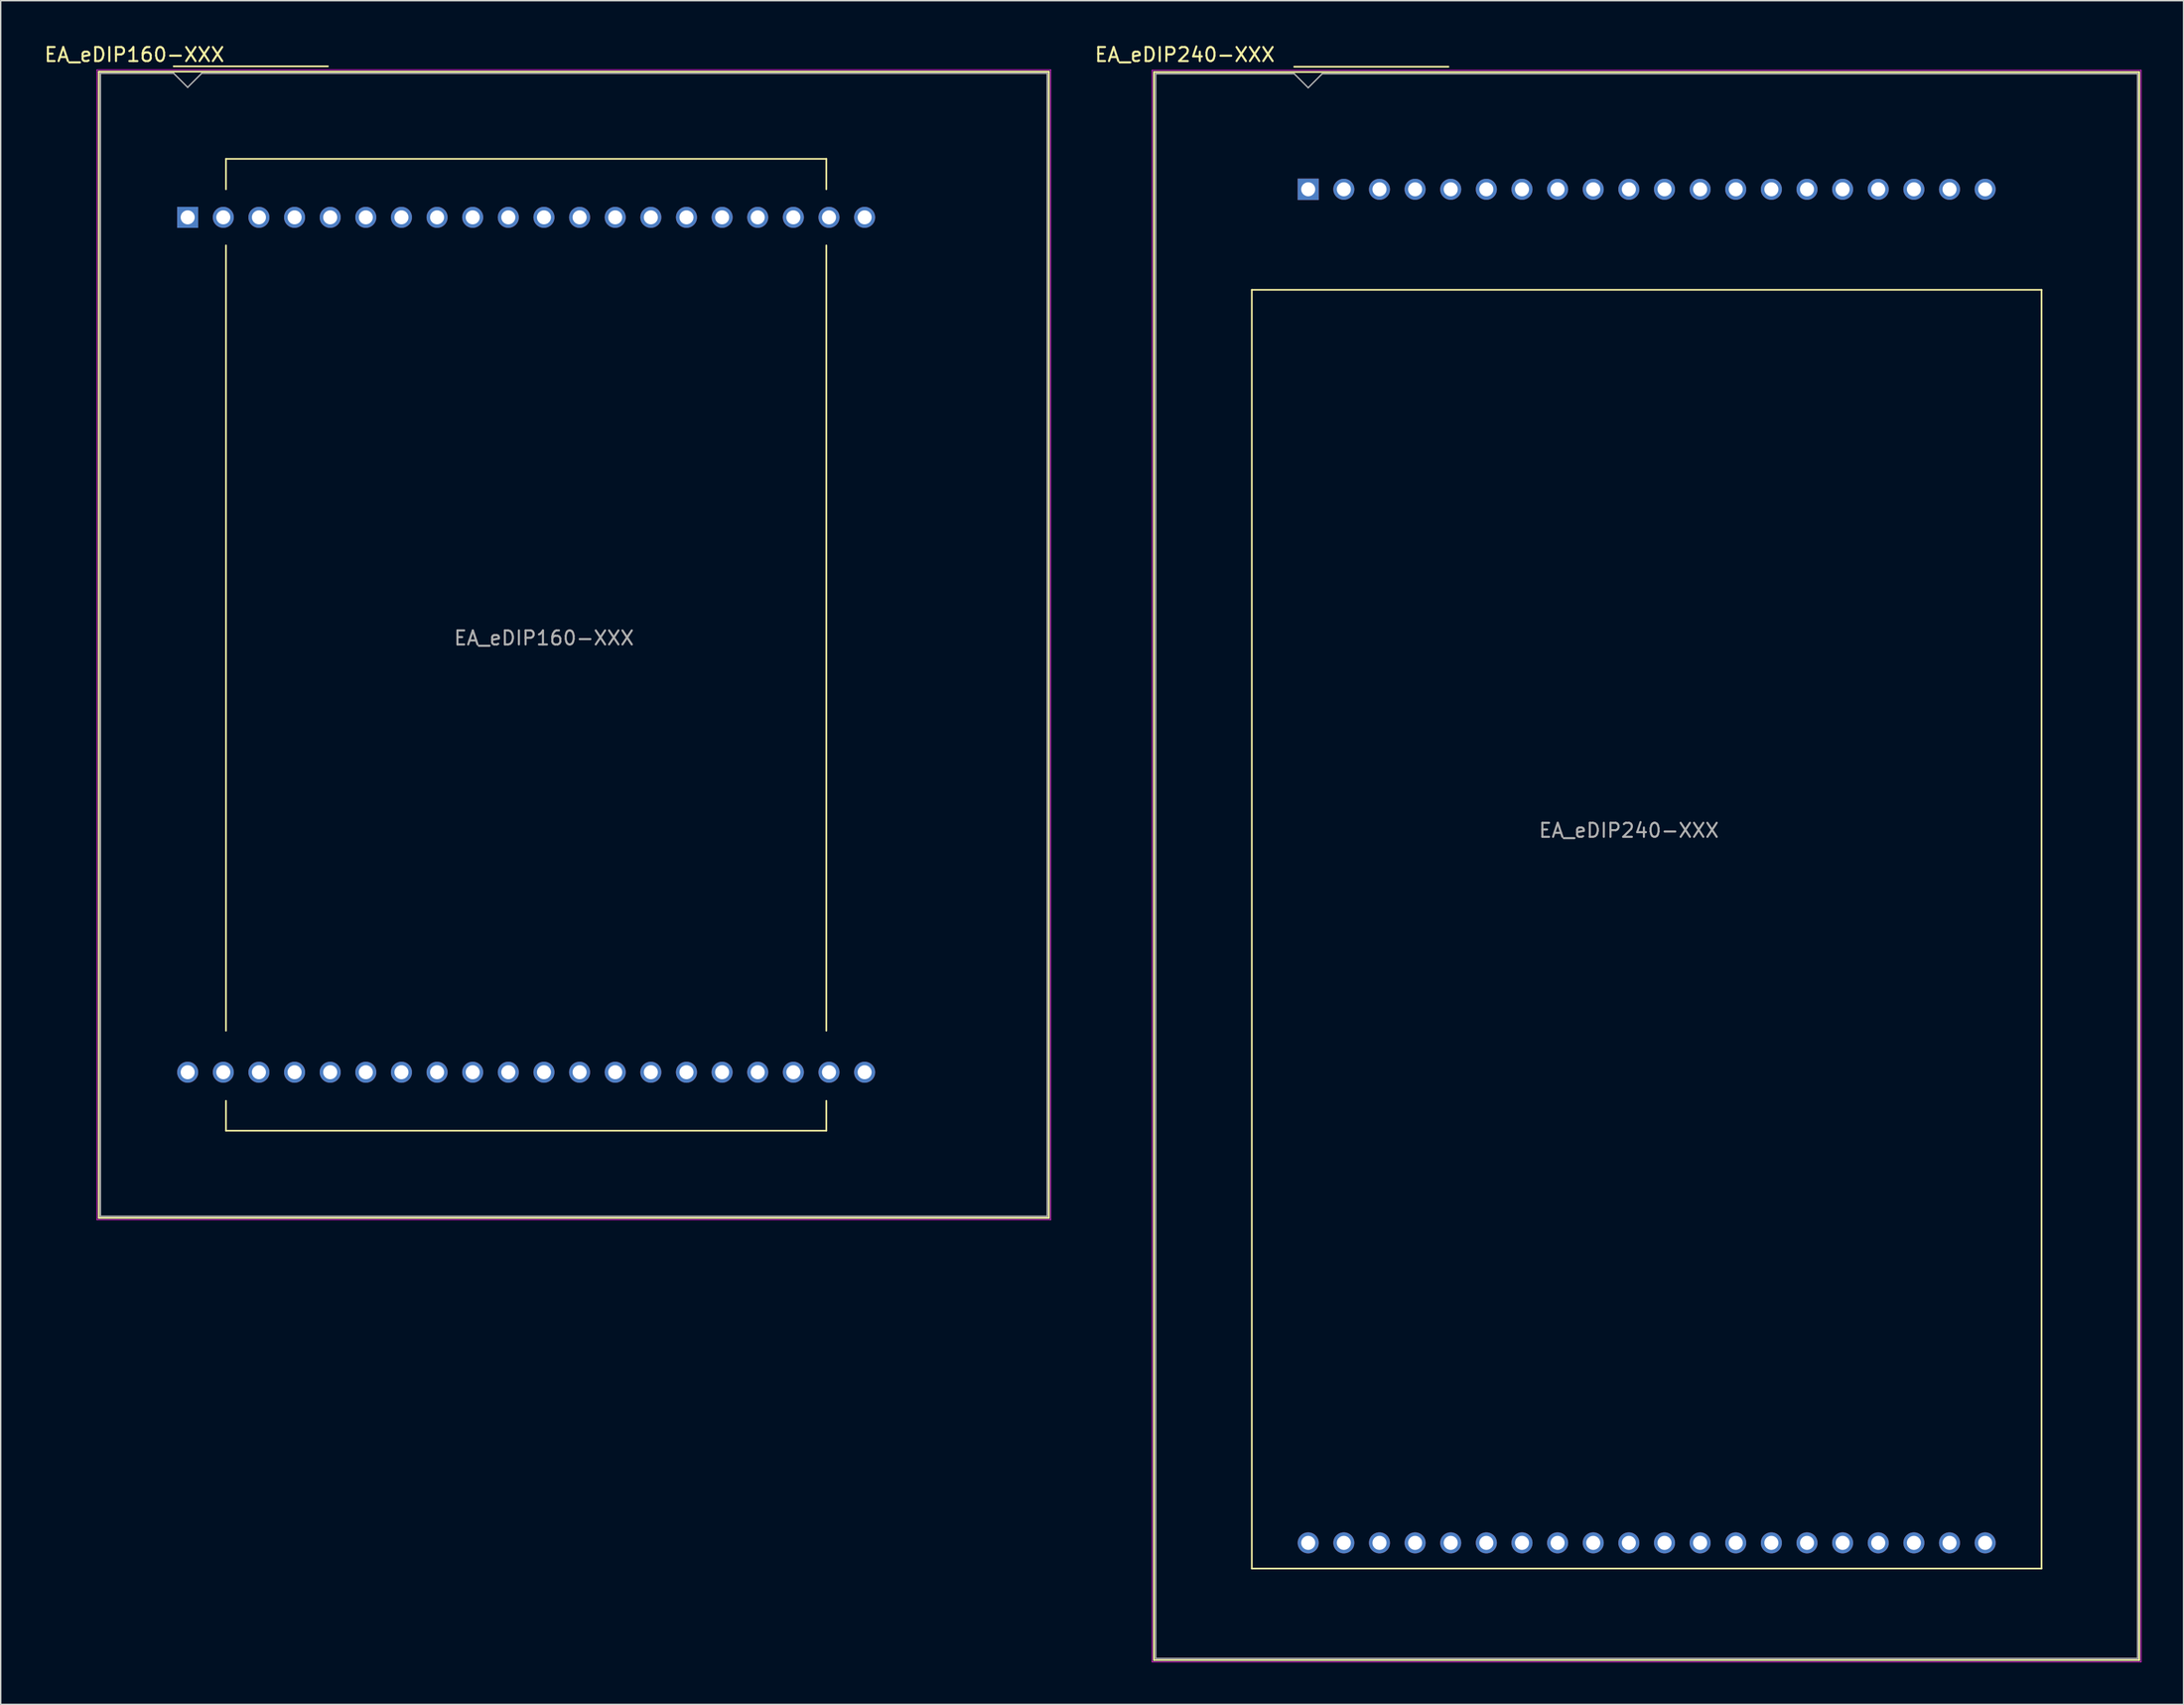
<source format=kicad_pcb>
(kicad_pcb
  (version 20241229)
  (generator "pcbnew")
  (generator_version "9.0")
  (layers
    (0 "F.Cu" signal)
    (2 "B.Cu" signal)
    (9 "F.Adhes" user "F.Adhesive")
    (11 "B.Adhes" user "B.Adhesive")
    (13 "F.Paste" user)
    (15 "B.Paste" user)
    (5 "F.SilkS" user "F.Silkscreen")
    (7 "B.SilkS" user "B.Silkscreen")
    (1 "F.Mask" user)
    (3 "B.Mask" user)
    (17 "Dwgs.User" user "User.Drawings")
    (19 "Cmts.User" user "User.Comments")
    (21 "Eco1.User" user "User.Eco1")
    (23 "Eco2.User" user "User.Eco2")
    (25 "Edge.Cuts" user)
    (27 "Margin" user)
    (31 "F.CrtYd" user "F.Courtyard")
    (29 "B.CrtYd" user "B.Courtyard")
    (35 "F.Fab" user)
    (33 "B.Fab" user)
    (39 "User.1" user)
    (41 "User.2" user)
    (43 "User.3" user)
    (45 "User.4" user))
  (footprint "EA_eDIP240-XXX"
    (layer "F.Cu")
    (at 90.215 10.448)
    (property "Reference" "EA_eDIP240-XXX" (at -8.8 -9.6 0) (layer "F.SilkS") (effects (font (size 1 1) (thickness 0.15))))
    (attr through_hole)
    (fp_line (start -11 -8.36) (end 59.25 -8.36) (stroke (width 0.12) (type solid)) (layer "F.SilkS"))
    (fp_line (start -11 104.88) (end -11 -8.36) (stroke (width 0.12) (type solid)) (layer "F.SilkS"))
    (fp_line (start -4.02 7.17) (end 52.28 7.17) (stroke (width 0.12) (type solid)) (layer "F.SilkS"))
    (fp_line (start -4.02 98.35) (end -4.02 7.17) (stroke (width 0.12) (type solid)) (layer "F.SilkS"))
    (fp_line (start -1 -8.74) (end 10 -8.74) (stroke (width 0.12) (type solid)) (layer "F.SilkS"))
    (fp_line (start 52.28 7.17) (end 52.28 98.35) (stroke (width 0.12) (type solid)) (layer "F.SilkS"))
    (fp_line (start 52.28 98.35) (end -4.02 98.35) (stroke (width 0.12) (type solid)) (layer "F.SilkS"))
    (fp_line (start 59.25 -8.36) (end 59.25 104.88) (stroke (width 0.12) (type solid)) (layer "F.SilkS"))
    (fp_line (start 59.25 104.88) (end -11 104.88) (stroke (width 0.12) (type solid)) (layer "F.SilkS"))
    (fp_line (start -11.13 -8.49) (end 59.38 -8.49) (stroke (width 0.05) (type solid)) (layer "F.CrtYd"))
    (fp_line (start -11.13 105.01) (end -11.13 -8.49) (stroke (width 0.05) (type solid)) (layer "F.CrtYd"))
    (fp_line (start 59.38 -8.49) (end 59.38 105.01) (stroke (width 0.05) (type solid)) (layer "F.CrtYd"))
    (fp_line (start 59.38 105.01) (end -11.13 105.01) (stroke (width 0.05) (type solid)) (layer "F.CrtYd"))
    (fp_line (start -10.87 104.76) (end -10.87 -8.24) (stroke (width 0.1) (type solid)) (layer "F.Fab"))
    (fp_line (start -1 -8.24) (end -10.87 -8.24) (stroke (width 0.1) (type solid)) (layer "F.Fab"))
    (fp_line (start 0 -7.24) (end -1 -8.24) (stroke (width 0.1) (type solid)) (layer "F.Fab"))
    (fp_line (start 1 -8.24) (end 0 -7.24) (stroke (width 0.1) (type solid)) (layer "F.Fab"))
    (fp_line (start 1 -8.24) (end 59.13 -8.24) (stroke (width 0.1) (type solid)) (layer "F.Fab"))
    (fp_line (start 59.13 -8.24) (end 59.13 104.76) (stroke (width 0.1) (type solid)) (layer "F.Fab"))
    (fp_line (start 59.13 104.76) (end -10.87 104.76) (stroke (width 0.1) (type solid)) (layer "F.Fab"))
    (fp_text user "${REFERENCE}" (at 22.86 45.72 0) (layer "F.Fab") (effects (font (size 1 1) (thickness 0.15))))
    (pad "1" thru_hole rect (at 0 0 180) (size 1.5 1.524) (drill 1) (layers "*.Cu" "*.Mask"))
    (pad "2" thru_hole circle (at 2.54 0 180) (size 1.5 1.5) (drill 1) (layers "*.Cu" "*.Mask"))
    (pad "3" thru_hole circle (at 5.08 0 180) (size 1.5 1.5) (drill 1) (layers "*.Cu" "*.Mask"))
    (pad "4" thru_hole circle (at 7.62 0 180) (size 1.5 1.5) (drill 1) (layers "*.Cu" "*.Mask"))
    (pad "5" thru_hole circle (at 10.16 0 180) (size 1.5 1.5) (drill 1) (layers "*.Cu" "*.Mask"))
    (pad "6" thru_hole circle (at 12.7 0 180) (size 1.5 1.5) (drill 1) (layers "*.Cu" "*.Mask"))
    (pad "7" thru_hole circle (at 15.24 0 180) (size 1.5 1.5) (drill 1) (layers "*.Cu" "*.Mask"))
    (pad "8" thru_hole circle (at 17.78 0 180) (size 1.5 1.5) (drill 1) (layers "*.Cu" "*.Mask"))
    (pad "9" thru_hole circle (at 20.32 0 180) (size 1.5 1.5) (drill 1) (layers "*.Cu" "*.Mask"))
    (pad "10" thru_hole circle (at 22.86 0 180) (size 1.5 1.5) (drill 1) (layers "*.Cu" "*.Mask"))
    (pad "11" thru_hole circle (at 25.4 0 180) (size 1.5 1.5) (drill 1) (layers "*.Cu" "*.Mask"))
    (pad "12" thru_hole circle (at 27.94 0 180) (size 1.5 1.5) (drill 1) (layers "*.Cu" "*.Mask"))
    (pad "13" thru_hole circle (at 30.48 0 180) (size 1.5 1.5) (drill 1) (layers "*.Cu" "*.Mask"))
    (pad "14" thru_hole circle (at 33.02 0 180) (size 1.5 1.5) (drill 1) (layers "*.Cu" "*.Mask"))
    (pad "15" thru_hole circle (at 35.56 0 180) (size 1.5 1.5) (drill 1) (layers "*.Cu" "*.Mask"))
    (pad "16" thru_hole circle (at 38.1 0 180) (size 1.5 1.5) (drill 1) (layers "*.Cu" "*.Mask"))
    (pad "17" thru_hole circle (at 40.64 0 180) (size 1.5 1.5) (drill 1) (layers "*.Cu" "*.Mask"))
    (pad "18" thru_hole circle (at 43.18 0 180) (size 1.5 1.5) (drill 1) (layers "*.Cu" "*.Mask"))
    (pad "19" thru_hole circle (at 45.72 0 180) (size 1.5 1.5) (drill 1) (layers "*.Cu" "*.Mask"))
    (pad "20" thru_hole circle (at 48.26 0 180) (size 1.5 1.5) (drill 1) (layers "*.Cu" "*.Mask"))
    (pad "21" thru_hole circle (at 48.26 96.52 180) (size 1.5 1.5) (drill 1) (layers "*.Cu" "*.Mask"))
    (pad "22" thru_hole circle (at 45.72 96.52 180) (size 1.5 1.5) (drill 1) (layers "*.Cu" "*.Mask"))
    (pad "23" thru_hole circle (at 43.18 96.52 180) (size 1.5 1.5) (drill 1) (layers "*.Cu" "*.Mask"))
    (pad "24" thru_hole circle (at 40.64 96.52 180) (size 1.5 1.5) (drill 1) (layers "*.Cu" "*.Mask"))
    (pad "25" thru_hole circle (at 38.1 96.52 180) (size 1.5 1.5) (drill 1) (layers "*.Cu" "*.Mask"))
    (pad "26" thru_hole circle (at 35.56 96.52 180) (size 1.5 1.5) (drill 1) (layers "*.Cu" "*.Mask"))
    (pad "27" thru_hole circle (at 33.02 96.52 180) (size 1.5 1.5) (drill 1) (layers "*.Cu" "*.Mask"))
    (pad "28" thru_hole circle (at 30.48 96.52 180) (size 1.5 1.5) (drill 1) (layers "*.Cu" "*.Mask"))
    (pad "29" thru_hole circle (at 27.94 96.52 180) (size 1.5 1.5) (drill 1) (layers "*.Cu" "*.Mask"))
    (pad "30" thru_hole circle (at 25.4 96.52 180) (size 1.5 1.5) (drill 1) (layers "*.Cu" "*.Mask"))
    (pad "31" thru_hole circle (at 22.86 96.52 180) (size 1.5 1.5) (drill 1) (layers "*.Cu" "*.Mask"))
    (pad "32" thru_hole circle (at 20.32 96.52 180) (size 1.5 1.5) (drill 1) (layers "*.Cu" "*.Mask"))
    (pad "33" thru_hole circle (at 17.78 96.52 180) (size 1.5 1.5) (drill 1) (layers "*.Cu" "*.Mask"))
    (pad "34" thru_hole circle (at 15.24 96.52 180) (size 1.5 1.5) (drill 1) (layers "*.Cu" "*.Mask"))
    (pad "35" thru_hole circle (at 12.7 96.52 180) (size 1.5 1.5) (drill 1) (layers "*.Cu" "*.Mask"))
    (pad "36" thru_hole circle (at 10.16 96.52 180) (size 1.5 1.5) (drill 1) (layers "*.Cu" "*.Mask"))
    (pad "37" thru_hole circle (at 7.62 96.52 180) (size 1.5 1.5) (drill 1) (layers "*.Cu" "*.Mask"))
    (pad "38" thru_hole circle (at 5.08 96.52 180) (size 1.5 1.5) (drill 1) (layers "*.Cu" "*.Mask"))
    (pad "39" thru_hole circle (at 2.54 96.52 180) (size 1.5 1.5) (drill 1) (layers "*.Cu" "*.Mask"))
    (pad "40" thru_hole circle (at 0 96.52 180) (size 1.5 1.5) (drill 1) (layers "*.Cu" "*.Mask")))
  (footprint "EA_eDIP160-XXX"
    (layer "F.Cu")
    (at 10.33 12.448)
    (property "Reference" "EA_eDIP160-XXX" (at -3.8 -11.6 0) (layer "F.SilkS") (effects (font (size 1 1) (thickness 0.15))))
    (attr through_hole)
    (fp_line (start -6.34 -10.39) (end 61.4 -10.39) (stroke (width 0.12) (type solid)) (layer "F.SilkS"))
    (fp_line (start -6.34 71.35) (end -6.34 -10.39) (stroke (width 0.12) (type solid)) (layer "F.SilkS"))
    (fp_line (start -1 -10.77) (end 10 -10.77) (stroke (width 0.12) (type solid)) (layer "F.SilkS"))
    (fp_line (start 2.73 -4.17) (end 2.73 -2) (stroke (width 0.12) (type solid)) (layer "F.SilkS"))
    (fp_line (start 2.73 -4.17) (end 45.53 -4.17) (stroke (width 0.12) (type solid)) (layer "F.SilkS"))
    (fp_line (start 2.73 2) (end 2.73 58) (stroke (width 0.12) (type solid)) (layer "F.SilkS"))
    (fp_line (start 2.73 63) (end 2.73 65.13) (stroke (width 0.12) (type solid)) (layer "F.SilkS"))
    (fp_line (start 45.53 -4.175) (end 45.53 -2) (stroke (width 0.12) (type solid)) (layer "F.SilkS"))
    (fp_line (start 45.53 2) (end 45.53 58) (stroke (width 0.12) (type solid)) (layer "F.SilkS"))
    (fp_line (start 45.53 63) (end 45.53 65.13) (stroke (width 0.12) (type solid)) (layer "F.SilkS"))
    (fp_line (start 45.53 65.13) (end 2.73 65.13) (stroke (width 0.12) (type solid)) (layer "F.SilkS"))
    (fp_line (start 61.4 -10.39) (end 61.4 71.35) (stroke (width 0.12) (type solid)) (layer "F.SilkS"))
    (fp_line (start 61.4 71.35) (end -6.34 71.35) (stroke (width 0.12) (type solid)) (layer "F.SilkS"))
    (fp_line (start -6.47 -10.52) (end 61.53 -10.52) (stroke (width 0.05) (type solid)) (layer "F.CrtYd"))
    (fp_line (start -6.47 71.48) (end -6.47 -10.52) (stroke (width 0.05) (type solid)) (layer "F.CrtYd"))
    (fp_line (start 61.53 -10.52) (end 61.53 71.48) (stroke (width 0.05) (type solid)) (layer "F.CrtYd"))
    (fp_line (start 61.53 71.48) (end -6.47 71.48) (stroke (width 0.05) (type solid)) (layer "F.CrtYd"))
    (fp_line (start -6.22 71.23) (end -6.22 -10.27) (stroke (width 0.1) (type solid)) (layer "F.Fab"))
    (fp_line (start -1 -10.27) (end -6.22 -10.27) (stroke (width 0.1) (type solid)) (layer "F.Fab"))
    (fp_line (start -1 -10.27) (end 0 -9.27) (stroke (width 0.1) (type solid)) (layer "F.Fab"))
    (fp_line (start 0 -9.27) (end 1 -10.27) (stroke (width 0.1) (type solid)) (layer "F.Fab"))
    (fp_line (start 1 -10.27) (end 61.28 -10.27) (stroke (width 0.1) (type solid)) (layer "F.Fab"))
    (fp_line (start 61.28 -10.27) (end 61.28 71.23) (stroke (width 0.1) (type solid)) (layer "F.Fab"))
    (fp_line (start 61.28 71.23) (end -6.22 71.23) (stroke (width 0.1) (type solid)) (layer "F.Fab"))
    (fp_text user "${REFERENCE}" (at 25.4 30 0) (layer "F.Fab") (effects (font (size 1 1) (thickness 0.15))))
    (pad "1" thru_hole rect (at 0 0) (size 1.5 1.5) (drill 1) (layers "*.Cu" "*.Mask"))
    (pad "2" thru_hole circle (at 2.54 0) (size 1.5 1.5) (drill 1) (layers "*.Cu" "*.Mask"))
    (pad "3" thru_hole circle (at 5.08 0) (size 1.5 1.5) (drill 1) (layers "*.Cu" "*.Mask"))
    (pad "4" thru_hole circle (at 7.62 0) (size 1.5 1.5) (drill 1) (layers "*.Cu" "*.Mask"))
    (pad "5" thru_hole circle (at 10.16 0) (size 1.5 1.5) (drill 1) (layers "*.Cu" "*.Mask"))
    (pad "6" thru_hole circle (at 12.7 0) (size 1.5 1.5) (drill 1) (layers "*.Cu" "*.Mask"))
    (pad "7" thru_hole circle (at 15.24 0) (size 1.5 1.5) (drill 1) (layers "*.Cu" "*.Mask"))
    (pad "8" thru_hole circle (at 17.78 0) (size 1.5 1.5) (drill 1) (layers "*.Cu" "*.Mask"))
    (pad "9" thru_hole circle (at 20.32 0) (size 1.5 1.5) (drill 1) (layers "*.Cu" "*.Mask"))
    (pad "10" thru_hole circle (at 22.86 0) (size 1.5 1.5) (drill 1) (layers "*.Cu" "*.Mask"))
    (pad "11" thru_hole circle (at 25.4 0) (size 1.5 1.5) (drill 1) (layers "*.Cu" "*.Mask"))
    (pad "12" thru_hole circle (at 27.94 0) (size 1.5 1.5) (drill 1) (layers "*.Cu" "*.Mask"))
    (pad "13" thru_hole circle (at 30.48 0) (size 1.5 1.5) (drill 1) (layers "*.Cu" "*.Mask"))
    (pad "14" thru_hole circle (at 33.02 0) (size 1.5 1.5) (drill 1) (layers "*.Cu" "*.Mask"))
    (pad "15" thru_hole circle (at 35.56 0) (size 1.5 1.5) (drill 1) (layers "*.Cu" "*.Mask"))
    (pad "16" thru_hole circle (at 38.1 0) (size 1.5 1.5) (drill 1) (layers "*.Cu" "*.Mask"))
    (pad "17" thru_hole circle (at 40.64 0) (size 1.5 1.5) (drill 1) (layers "*.Cu" "*.Mask"))
    (pad "18" thru_hole circle (at 43.18 0) (size 1.5 1.5) (drill 1) (layers "*.Cu" "*.Mask"))
    (pad "19" thru_hole circle (at 45.72 0) (size 1.5 1.5) (drill 1) (layers "*.Cu" "*.Mask"))
    (pad "20" thru_hole circle (at 48.26 0) (size 1.5 1.5) (drill 1) (layers "*.Cu" "*.Mask"))
    (pad "21" thru_hole circle (at 48.26 60.96) (size 1.5 1.5) (drill 1) (layers "*.Cu" "*.Mask"))
    (pad "22" thru_hole circle (at 45.72 60.96) (size 1.5 1.5) (drill 1) (layers "*.Cu" "*.Mask"))
    (pad "23" thru_hole circle (at 43.18 60.96) (size 1.5 1.5) (drill 1) (layers "*.Cu" "*.Mask"))
    (pad "24" thru_hole circle (at 40.64 60.96) (size 1.5 1.5) (drill 1) (layers "*.Cu" "*.Mask"))
    (pad "25" thru_hole circle (at 38.1 60.96) (size 1.5 1.5) (drill 1) (layers "*.Cu" "*.Mask"))
    (pad "26" thru_hole circle (at 35.56 60.96) (size 1.5 1.5) (drill 1) (layers "*.Cu" "*.Mask"))
    (pad "27" thru_hole circle (at 33.02 60.96) (size 1.5 1.5) (drill 1) (layers "*.Cu" "*.Mask"))
    (pad "28" thru_hole circle (at 30.48 60.96) (size 1.5 1.5) (drill 1) (layers "*.Cu" "*.Mask"))
    (pad "29" thru_hole circle (at 27.94 60.96) (size 1.5 1.5) (drill 1) (layers "*.Cu" "*.Mask"))
    (pad "30" thru_hole circle (at 25.4 60.96) (size 1.5 1.5) (drill 1) (layers "*.Cu" "*.Mask"))
    (pad "31" thru_hole circle (at 22.86 60.96) (size 1.5 1.5) (drill 1) (layers "*.Cu" "*.Mask"))
    (pad "32" thru_hole circle (at 20.32 60.96) (size 1.5 1.5) (drill 1) (layers "*.Cu" "*.Mask"))
    (pad "33" thru_hole circle (at 17.78 60.96) (size 1.5 1.5) (drill 1) (layers "*.Cu" "*.Mask"))
    (pad "34" thru_hole circle (at 15.24 60.96) (size 1.5 1.5) (drill 1) (layers "*.Cu" "*.Mask"))
    (pad "35" thru_hole circle (at 12.7 60.96) (size 1.5 1.5) (drill 1) (layers "*.Cu" "*.Mask"))
    (pad "36" thru_hole circle (at 10.16 60.96) (size 1.5 1.5) (drill 1) (layers "*.Cu" "*.Mask"))
    (pad "37" thru_hole circle (at 7.62 60.96) (size 1.5 1.5) (drill 1) (layers "*.Cu" "*.Mask"))
    (pad "38" thru_hole circle (at 5.08 60.96) (size 1.5 1.5) (drill 1) (layers "*.Cu" "*.Mask"))
    (pad "39" thru_hole circle (at 2.54 60.96) (size 1.5 1.5) (drill 1) (layers "*.Cu" "*.Mask"))
    (pad "40" thru_hole circle (at 0 60.96) (size 1.5 1.5) (drill 1) (layers "*.Cu" "*.Mask")))
  (gr_rect
    (start -3 -3)
    (end 152.62 118.483)
    (stroke (width 0.1) (type default))
    (fill no)
    (layer "Edge.Cuts")))
</source>
